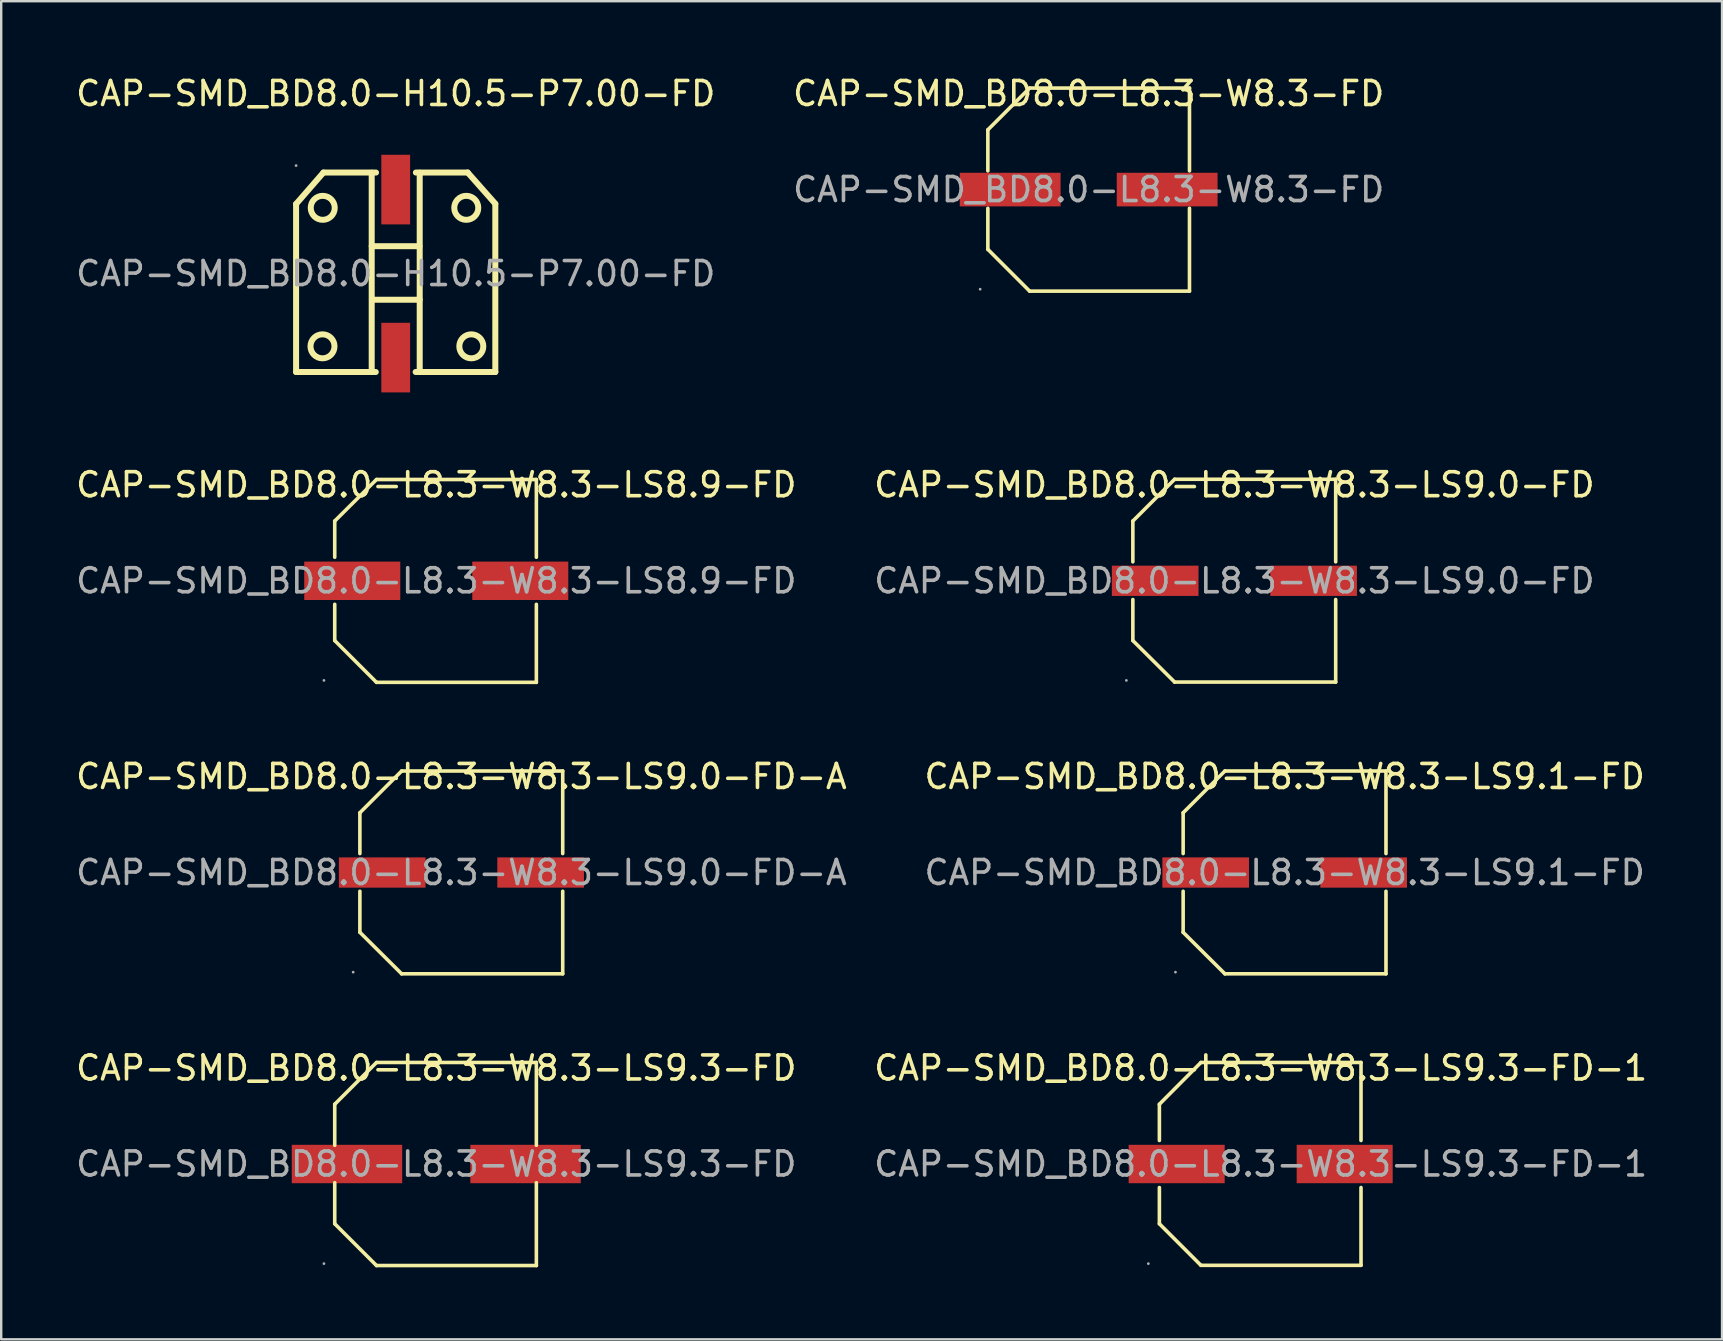
<source format=kicad_pcb>
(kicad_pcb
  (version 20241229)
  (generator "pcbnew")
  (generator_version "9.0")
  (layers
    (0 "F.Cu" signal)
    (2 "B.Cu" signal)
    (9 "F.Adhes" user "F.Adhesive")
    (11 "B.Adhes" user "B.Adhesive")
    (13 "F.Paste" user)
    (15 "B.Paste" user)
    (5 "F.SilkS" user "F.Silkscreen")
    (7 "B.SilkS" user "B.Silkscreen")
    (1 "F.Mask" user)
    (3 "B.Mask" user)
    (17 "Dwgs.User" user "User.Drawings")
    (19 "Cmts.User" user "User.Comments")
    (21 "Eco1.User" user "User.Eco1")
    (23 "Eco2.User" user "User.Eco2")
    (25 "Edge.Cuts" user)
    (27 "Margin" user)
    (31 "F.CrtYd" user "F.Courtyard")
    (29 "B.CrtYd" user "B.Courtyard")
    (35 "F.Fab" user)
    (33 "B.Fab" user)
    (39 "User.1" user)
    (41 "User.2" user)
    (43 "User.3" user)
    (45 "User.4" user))
  (footprint "CAP-SMD_BD8.0-L8.3-W8.3-LS9.3-FD-1"
    (layer "F.Cu")
    (at 49.47 45.443)
    (property "Reference" "CAP-SMD_BD8.0-L8.3-W8.3-LS9.3-FD-1" (at 0 -4 0) (layer "F.SilkS") (effects (font (size 1 1) (thickness 0.15))))
    (attr through_hole)
    (fp_line (start -4.22 -0.98) (end -4.22 -2.49) (stroke (width 0.15) (type solid)) (layer "F.SilkS"))
    (fp_line (start -4.22 2.49) (end -4.22 0.98) (stroke (width 0.15) (type solid)) (layer "F.SilkS"))
    (fp_line (start -2.49 -4.23) (end -4.22 -2.49) (stroke (width 0.15) (type solid)) (layer "F.SilkS"))
    (fp_line (start -2.49 4.22) (end -4.22 2.49) (stroke (width 0.15) (type solid)) (layer "F.SilkS"))
    (fp_line (start 4.18 -4.23) (end -2.49 -4.23) (stroke (width 0.15) (type solid)) (layer "F.SilkS"))
    (fp_line (start 4.18 -4.23) (end 4.18 -0.98) (stroke (width 0.15) (type solid)) (layer "F.SilkS"))
    (fp_line (start 4.18 0.98) (end 4.18 4.22) (stroke (width 0.15) (type solid)) (layer "F.SilkS"))
    (fp_line (start 4.18 4.22) (end -2.49 4.22) (stroke (width 0.15) (type solid)) (layer "F.SilkS"))
    (fp_circle (center -4.68 4.15) (end -4.65 4.15) (stroke (width 0.06) (type solid)) (fill no) (layer "F.Fab"))
    (fp_text user "${REFERENCE}" (at 0 0 0) (layer "F.Fab") (effects (font (size 1 1) (thickness 0.15))))
    (pad "1" smd rect (at -3.5 0) (size 4 1.6) (layers "F.Cu" "F.Mask" "F.Paste"))
    (pad "2" smd rect (at 3.5 0) (size 4 1.6) (layers "F.Cu" "F.Mask" "F.Paste")))
  (footprint "CAP-SMD_BD8.0-L8.3-W8.3-LS9.1-FD"
    (layer "F.Cu")
    (at 50.47 33.3)
    (property "Reference" "CAP-SMD_BD8.0-L8.3-W8.3-LS9.1-FD" (at 0 -4 0) (layer "F.SilkS") (effects (font (size 1 1) (thickness 0.15))))
    (attr through_hole)
    (fp_line (start -4.23 -2.49) (end -4.23 -0.79) (stroke (width 0.15) (type solid)) (layer "F.SilkS"))
    (fp_line (start -4.23 2.49) (end -4.23 0.78) (stroke (width 0.15) (type solid)) (layer "F.SilkS"))
    (fp_line (start -2.49 -4.23) (end -4.23 -2.49) (stroke (width 0.15) (type solid)) (layer "F.SilkS"))
    (fp_line (start -2.49 4.22) (end -4.23 2.49) (stroke (width 0.15) (type solid)) (layer "F.SilkS"))
    (fp_line (start 4.22 -4.23) (end -2.49 -4.23) (stroke (width 0.15) (type solid)) (layer "F.SilkS"))
    (fp_line (start 4.22 -0.79) (end 4.22 -4.23) (stroke (width 0.15) (type solid)) (layer "F.SilkS"))
    (fp_line (start 4.22 0.78) (end 4.22 4.22) (stroke (width 0.15) (type solid)) (layer "F.SilkS"))
    (fp_line (start 4.22 4.22) (end -2.49 4.22) (stroke (width 0.15) (type solid)) (layer "F.SilkS"))
    (fp_circle (center -4.55 4.15) (end -4.52 4.15) (stroke (width 0.06) (type solid)) (fill no) (layer "F.Fab"))
    (fp_text user "${REFERENCE}" (at 0 0 0) (layer "F.Fab") (effects (font (size 1 1) (thickness 0.15))))
    (pad "1" smd rect (at -3.29 0 180) (size 3.61 1.26) (layers "F.Cu" "F.Mask" "F.Paste"))
    (pad "2" smd rect (at 3.29 0 180) (size 3.61 1.26) (layers "F.Cu" "F.Mask" "F.Paste")))
  (footprint "CAP-SMD_BD8.0-H10.5-P7.00-FD"
    (layer "F.Cu")
    (at 13.435 8.348)
    (property "Reference" "CAP-SMD_BD8.0-H10.5-P7.00-FD" (at 0 -7.5 0) (layer "F.SilkS") (effects (font (size 1 1) (thickness 0.15))))
    (attr through_hole)
    (fp_line (start -4.15 -2.9) (end -4.15 4.1) (stroke (width 0.25) (type solid)) (layer "F.SilkS"))
    (fp_line (start -4.15 4.1) (end -0.83 4.1) (stroke (width 0.25) (type solid)) (layer "F.SilkS"))
    (fp_line (start -3.01 -4.21) (end -4.15 -2.9) (stroke (width 0.25) (type solid)) (layer "F.SilkS"))
    (fp_line (start -3.01 -4.21) (end -0.82 -4.21) (stroke (width 0.25) (type solid)) (layer "F.SilkS"))
    (fp_line (start -1 -4.2) (end -1 4.1) (stroke (width 0.25) (type solid)) (layer "F.SilkS"))
    (fp_line (start -1 -1.14) (end 0.99 -1.14) (stroke (width 0.25) (type solid)) (layer "F.SilkS"))
    (fp_line (start -0.99 1.09) (end 1 1.09) (stroke (width 0.25) (type solid)) (layer "F.SilkS"))
    (fp_line (start 0.83 4.1) (end 4.15 4.1) (stroke (width 0.25) (type solid)) (layer "F.SilkS"))
    (fp_line (start 0.84 -4.21) (end 3 -4.21) (stroke (width 0.25) (type solid)) (layer "F.SilkS"))
    (fp_line (start 1 -4.2) (end 1 4.1) (stroke (width 0.25) (type solid)) (layer "F.SilkS"))
    (fp_line (start 3 -4.21) (end 4.15 -2.91) (stroke (width 0.25) (type solid)) (layer "F.SilkS"))
    (fp_line (start 4.15 -2.9) (end 4.15 4.1) (stroke (width 0.25) (type solid)) (layer "F.SilkS"))
    (fp_circle (center -3.05 3.03) (end -2.55 3.03) (stroke (width 0.25) (type solid)) (fill no) (layer "F.SilkS"))
    (fp_circle (center -3.04 -2.74) (end -2.54 -2.74) (stroke (width 0.25) (type solid)) (fill no) (layer "F.SilkS"))
    (fp_circle (center 2.94 -2.74) (end 3.44 -2.74) (stroke (width 0.25) (type solid)) (fill no) (layer "F.SilkS"))
    (fp_circle (center 3.15 3.03) (end 3.65 3.03) (stroke (width 0.25) (type solid)) (fill no) (layer "F.SilkS"))
    (fp_circle (center -4.15 -4.5) (end -4.12 -4.5) (stroke (width 0.06) (type solid)) (fill no) (layer "F.Fab"))
    (fp_text user "${REFERENCE}" (at 0 0 0) (layer "F.Fab") (effects (font (size 1 1) (thickness 0.15))))
    (pad "1" smd rect (at 0 -3.5 90) (size 2.9 1.2) (layers "F.Cu" "F.Mask" "F.Paste"))
    (pad "2" smd rect (at 0 3.5 90) (size 2.9 1.2) (layers "F.Cu" "F.Mask" "F.Paste")))
  (footprint "CAP-SMD_BD8.0-L8.3-W8.3-LS8.9-FD"
    (layer "F.Cu")
    (at 15.125 21.146)
    (property "Reference" "CAP-SMD_BD8.0-L8.3-W8.3-LS8.9-FD" (at 0 -4 0) (layer "F.SilkS") (effects (font (size 1 1) (thickness 0.15))))
    (attr through_hole)
    (fp_line (start -4.23 -0.98) (end -4.23 -2.49) (stroke (width 0.15) (type solid)) (layer "F.SilkS"))
    (fp_line (start -4.23 2.49) (end -4.23 0.98) (stroke (width 0.15) (type solid)) (layer "F.SilkS"))
    (fp_line (start -2.49 -4.22) (end -4.23 -2.49) (stroke (width 0.15) (type solid)) (layer "F.SilkS"))
    (fp_line (start -2.49 4.23) (end -4.23 2.49) (stroke (width 0.15) (type solid)) (layer "F.SilkS"))
    (fp_line (start 4.17 -4.22) (end -2.49 -4.22) (stroke (width 0.15) (type solid)) (layer "F.SilkS"))
    (fp_line (start 4.17 -4.22) (end 4.17 -0.98) (stroke (width 0.15) (type solid)) (layer "F.SilkS"))
    (fp_line (start 4.17 0.98) (end 4.17 4.23) (stroke (width 0.15) (type solid)) (layer "F.SilkS"))
    (fp_line (start 4.17 4.23) (end -2.49 4.23) (stroke (width 0.15) (type solid)) (layer "F.SilkS"))
    (fp_circle (center -4.68 4.15) (end -4.65 4.15) (stroke (width 0.06) (type solid)) (fill no) (layer "F.Fab"))
    (fp_text user "${REFERENCE}" (at 0 0 0) (layer "F.Fab") (effects (font (size 1 1) (thickness 0.15))))
    (pad "1" smd rect (at -3.5 0) (size 4 1.6) (layers "F.Cu" "F.Mask" "F.Paste"))
    (pad "2" smd rect (at 3.5 0) (size 4 1.6) (layers "F.Cu" "F.Mask" "F.Paste")))
  (footprint "CAP-SMD_BD8.0-L8.3-W8.3-LS9.0-FD"
    (layer "F.Cu")
    (at 48.375 21.146)
    (property "Reference" "CAP-SMD_BD8.0-L8.3-W8.3-LS9.0-FD" (at 0 -4 0) (layer "F.SilkS") (effects (font (size 1 1) (thickness 0.15))))
    (attr through_hole)
    (fp_line (start -4.23 -2.49) (end -4.23 -0.79) (stroke (width 0.15) (type solid)) (layer "F.SilkS"))
    (fp_line (start -4.23 2.49) (end -4.23 0.78) (stroke (width 0.15) (type solid)) (layer "F.SilkS"))
    (fp_line (start -2.49 -4.23) (end -4.23 -2.49) (stroke (width 0.15) (type solid)) (layer "F.SilkS"))
    (fp_line (start -2.49 4.22) (end -4.23 2.49) (stroke (width 0.15) (type solid)) (layer "F.SilkS"))
    (fp_line (start 4.22 -4.23) (end -2.49 -4.23) (stroke (width 0.15) (type solid)) (layer "F.SilkS"))
    (fp_line (start 4.22 -0.79) (end 4.22 -4.23) (stroke (width 0.15) (type solid)) (layer "F.SilkS"))
    (fp_line (start 4.22 0.78) (end 4.22 4.22) (stroke (width 0.15) (type solid)) (layer "F.SilkS"))
    (fp_line (start 4.22 4.22) (end -2.49 4.22) (stroke (width 0.15) (type solid)) (layer "F.SilkS"))
    (fp_circle (center -4.5 4.15) (end -4.47 4.15) (stroke (width 0.06) (type solid)) (fill no) (layer "F.Fab"))
    (fp_text user "${REFERENCE}" (at 0 0 0) (layer "F.Fab") (effects (font (size 1 1) (thickness 0.15))))
    (pad "1" smd rect (at -3.3 0 180) (size 3.61 1.26) (layers "F.Cu" "F.Mask" "F.Paste"))
    (pad "2" smd rect (at 3.3 0 180) (size 3.61 1.26) (layers "F.Cu" "F.Mask" "F.Paste")))
  (footprint "CAP-SMD_BD8.0-L8.3-W8.3-LS9.0-FD-A"
    (layer "F.Cu")
    (at 16.173 33.3)
    (property "Reference" "CAP-SMD_BD8.0-L8.3-W8.3-LS9.0-FD-A" (at 0 -4 0) (layer "F.SilkS") (effects (font (size 1 1) (thickness 0.15))))
    (attr through_hole)
    (fp_line (start -4.23 -2.49) (end -4.23 -0.79) (stroke (width 0.15) (type solid)) (layer "F.SilkS"))
    (fp_line (start -4.23 2.49) (end -4.23 0.78) (stroke (width 0.15) (type solid)) (layer "F.SilkS"))
    (fp_line (start -2.49 -4.23) (end -4.23 -2.49) (stroke (width 0.15) (type solid)) (layer "F.SilkS"))
    (fp_line (start -2.49 4.22) (end -4.23 2.49) (stroke (width 0.15) (type solid)) (layer "F.SilkS"))
    (fp_line (start 4.22 -4.23) (end -2.49 -4.23) (stroke (width 0.15) (type solid)) (layer "F.SilkS"))
    (fp_line (start 4.22 -0.79) (end 4.22 -4.23) (stroke (width 0.15) (type solid)) (layer "F.SilkS"))
    (fp_line (start 4.22 0.78) (end 4.22 4.22) (stroke (width 0.15) (type solid)) (layer "F.SilkS"))
    (fp_line (start 4.22 4.22) (end -2.49 4.22) (stroke (width 0.15) (type solid)) (layer "F.SilkS"))
    (fp_circle (center -4.51 4.15) (end -4.48 4.15) (stroke (width 0.06) (type solid)) (fill no) (layer "F.Fab"))
    (fp_text user "${REFERENCE}" (at 0 0 0) (layer "F.Fab") (effects (font (size 1 1) (thickness 0.15))))
    (pad "1" smd rect (at -3.3 0 180) (size 3.61 1.26) (layers "F.Cu" "F.Mask" "F.Paste"))
    (pad "2" smd rect (at 3.3 0 180) (size 3.61 1.26) (layers "F.Cu" "F.Mask" "F.Paste")))
  (footprint "CAP-SMD_BD8.0-L8.3-W8.3-LS9.3-FD"
    (layer "F.Cu")
    (at 15.125 45.443)
    (property "Reference" "CAP-SMD_BD8.0-L8.3-W8.3-LS9.3-FD" (at 0 -4 0) (layer "F.SilkS") (effects (font (size 1 1) (thickness 0.15))))
    (attr through_hole)
    (fp_line (start -4.23 -2.49) (end -4.23 -0.78) (stroke (width 0.15) (type solid)) (layer "F.SilkS"))
    (fp_line (start -4.23 2.49) (end -4.23 0.78) (stroke (width 0.15) (type solid)) (layer "F.SilkS"))
    (fp_line (start -2.49 -4.23) (end -4.23 -2.49) (stroke (width 0.15) (type solid)) (layer "F.SilkS"))
    (fp_line (start -2.49 4.23) (end -4.23 2.49) (stroke (width 0.15) (type solid)) (layer "F.SilkS"))
    (fp_line (start 4.17 -4.23) (end -2.49 -4.23) (stroke (width 0.15) (type solid)) (layer "F.SilkS"))
    (fp_line (start 4.17 -0.78) (end 4.17 -4.23) (stroke (width 0.15) (type solid)) (layer "F.SilkS"))
    (fp_line (start 4.17 0.78) (end 4.17 4.23) (stroke (width 0.15) (type solid)) (layer "F.SilkS"))
    (fp_line (start 4.17 4.23) (end -2.49 4.23) (stroke (width 0.15) (type solid)) (layer "F.SilkS"))
    (fp_circle (center -4.68 4.15) (end -4.65 4.15) (stroke (width 0.06) (type solid)) (fill no) (layer "F.Fab"))
    (fp_text user "${REFERENCE}" (at 0 0 0) (layer "F.Fab") (effects (font (size 1 1) (thickness 0.15))))
    (pad "1" smd rect (at -3.72 0) (size 4.6 1.6) (layers "F.Cu" "F.Mask" "F.Paste"))
    (pad "2" smd rect (at 3.72 0) (size 4.6 1.6) (layers "F.Cu" "F.Mask" "F.Paste")))
  (footprint "CAP-SMD_BD8.0-L8.3-W8.3-FD"
    (layer "F.Cu")
    (at 42.304 4.848)
    (property "Reference" "CAP-SMD_BD8.0-L8.3-W8.3-FD" (at 0 -4 0) (layer "F.SilkS") (effects (font (size 1 1) (thickness 0.15))))
    (attr through_hole)
    (fp_line (start -4.2 -2.49) (end -4.2 -0.78) (stroke (width 0.15) (type solid)) (layer "F.SilkS"))
    (fp_line (start -4.2 2.49) (end -4.2 0.78) (stroke (width 0.15) (type solid)) (layer "F.SilkS"))
    (fp_line (start -2.46 -4.23) (end -4.2 -2.49) (stroke (width 0.15) (type solid)) (layer "F.SilkS"))
    (fp_line (start -2.46 4.23) (end -4.2 2.49) (stroke (width 0.15) (type solid)) (layer "F.SilkS"))
    (fp_line (start 4.2 -4.23) (end -2.46 -4.23) (stroke (width 0.15) (type solid)) (layer "F.SilkS"))
    (fp_line (start 4.2 -0.78) (end 4.2 -4.23) (stroke (width 0.15) (type solid)) (layer "F.SilkS"))
    (fp_line (start 4.2 0.78) (end 4.2 4.23) (stroke (width 0.15) (type solid)) (layer "F.SilkS"))
    (fp_line (start 4.2 4.23) (end -2.46 4.23) (stroke (width 0.15) (type solid)) (layer "F.SilkS"))
    (fp_circle (center -4.52 4.15) (end -4.49 4.15) (stroke (width 0.06) (type solid)) (fill no) (layer "F.Fab"))
    (fp_text user "${REFERENCE}" (at 0 0 0) (layer "F.Fab") (effects (font (size 1 1) (thickness 0.15))))
    (pad "1" smd rect (at -3.27 0) (size 4.2 1.4) (layers "F.Cu" "F.Mask" "F.Paste"))
    (pad "2" smd rect (at 3.27 0) (size 4.2 1.4) (layers "F.Cu" "F.Mask" "F.Paste")))
  (gr_rect
    (start -3 -3)
    (end 68.69 52.748)
    (stroke (width 0.1) (type default))
    (fill no)
    (layer "Edge.Cuts")))
</source>
